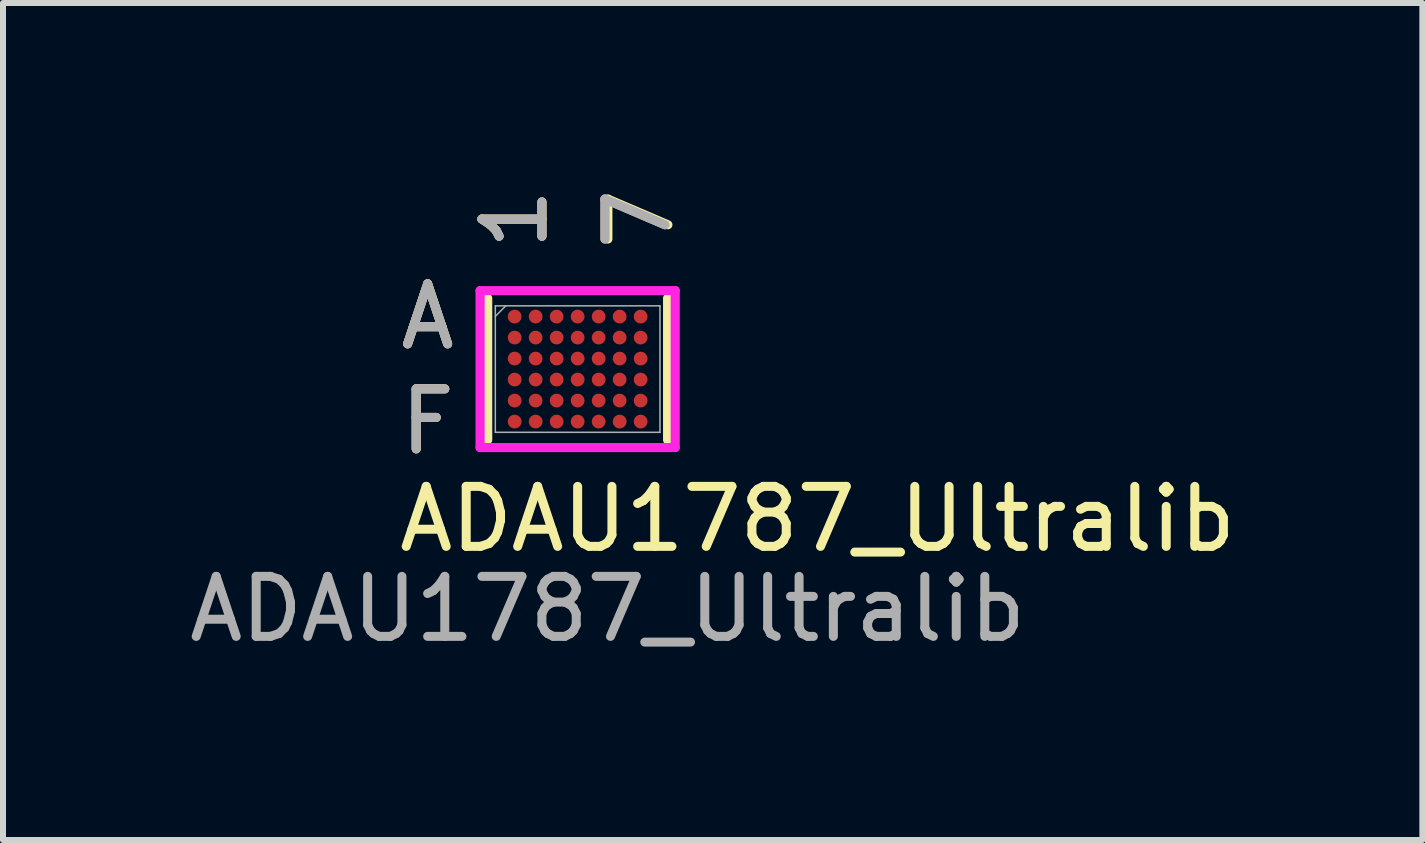
<source format=kicad_pcb>
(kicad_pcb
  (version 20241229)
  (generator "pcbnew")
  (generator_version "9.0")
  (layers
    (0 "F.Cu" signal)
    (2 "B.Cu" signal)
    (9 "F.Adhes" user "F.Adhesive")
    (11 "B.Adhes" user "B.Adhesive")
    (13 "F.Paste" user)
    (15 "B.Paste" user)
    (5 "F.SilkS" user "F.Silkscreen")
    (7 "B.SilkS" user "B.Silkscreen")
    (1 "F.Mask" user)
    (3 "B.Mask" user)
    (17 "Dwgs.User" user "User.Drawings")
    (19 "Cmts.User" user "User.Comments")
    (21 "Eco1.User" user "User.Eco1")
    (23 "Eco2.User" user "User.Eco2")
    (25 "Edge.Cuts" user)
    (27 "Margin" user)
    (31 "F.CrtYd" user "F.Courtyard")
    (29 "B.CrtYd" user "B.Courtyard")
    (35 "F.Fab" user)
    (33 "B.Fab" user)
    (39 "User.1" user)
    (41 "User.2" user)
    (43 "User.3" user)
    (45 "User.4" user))
  (footprint "ADAU1787_Ultralib"
    (layer "F.Cu")
    (at 6.577 3.101)
    (property "Reference" "ADAU1787_Ultralib" (at 4 2.5 0) (unlocked yes) (layer "F.SilkS") (effects (font (size 1 1) (thickness 0.15))))
    (attr smd)
    (fp_line (start -1.499 -1.181) (end -1.499 1.181) (stroke (width 0.152) (type solid)) (layer "F.SilkS"))
    (fp_line (start 1.499 1.181) (end 1.499 -1.181) (stroke (width 0.152) (type solid)) (layer "F.SilkS"))
    (fp_poly (pts (xy -1.669 -1.494) (xy 1.669 -1.494) (xy 1.669 1.494) (xy -1.669 1.494)) (stroke (width 0.1) (type solid)) (fill no) (layer "Eco2.User"))
    (fp_line (start -1.626 -1.308) (end 1.626 -1.308) (stroke (width 0.152) (type solid)) (layer "F.CrtYd"))
    (fp_line (start -1.626 1.308) (end -1.626 -1.308) (stroke (width 0.152) (type solid)) (layer "F.CrtYd"))
    (fp_line (start 1.626 -1.308) (end 1.626 1.308) (stroke (width 0.152) (type solid)) (layer "F.CrtYd"))
    (fp_line (start 1.626 1.308) (end -1.626 1.308) (stroke (width 0.152) (type solid)) (layer "F.CrtYd"))
    (fp_line (start -1.372 -1.054) (end -1.372 1.054) (stroke (width 0.025) (type solid)) (layer "F.Fab"))
    (fp_line (start -1.372 1.054) (end 1.372 1.054) (stroke (width 0.025) (type solid)) (layer "F.Fab"))
    (fp_line (start -1.197 -1.054) (end -1.372 -0.879) (stroke (width 0.025) (type solid)) (layer "F.Fab"))
    (fp_line (start 1.372 -1.054) (end -1.372 -1.054) (stroke (width 0.025) (type solid)) (layer "F.Fab"))
    (fp_line (start 1.372 1.054) (end 1.372 -1.054) (stroke (width 0.025) (type solid)) (layer "F.Fab"))
    (fp_text user "A" (at -2.5 -0.875 0) (unlocked yes) (layer "F.SilkS") (effects (font (size 1 1) (thickness 0.15))))
    (fp_text user "7" (at 1.05 -2.5 90) (unlocked yes) (layer "F.SilkS") (effects (font (size 1 1) (thickness 0.15))))
    (fp_text user "F" (at -2.5 0.875 0) (unlocked yes) (layer "F.SilkS") (effects (font (size 1 1) (thickness 0.15))))
    (fp_text user "1" (at -1.05 -2.5 90) (unlocked yes) (layer "F.SilkS") (effects (font (size 1 1) (thickness 0.15))))
    (fp_text user "F" (at -2.5 0.875 0) (unlocked yes) (layer "B.SilkS") (effects (font (size 1 1) (thickness 0.15))))
    (fp_text user "A" (at -2.5 -0.875 0) (unlocked yes) (layer "B.SilkS") (effects (font (size 1 1) (thickness 0.15))))
    (fp_text user "1" (at -1.05 -2.5 90) (unlocked yes) (layer "B.SilkS") (effects (font (size 1 1) (thickness 0.15))))
    (fp_text user "7" (at 1 -2.5 90) (unlocked yes) (layer "B.SilkS") (effects (font (size 1 1) (thickness 0.15))))
    (fp_text user "F" (at -2.5 0.875 0) (unlocked yes) (layer "F.Fab") (effects (font (size 1 1) (thickness 0.15))))
    (fp_text user "7" (at 1 -2.5 90) (unlocked yes) (layer "F.Fab") (effects (font (size 1 1) (thickness 0.15))))
    (fp_text user "${REFERENCE}" (at 0.5 4 0) (unlocked yes) (layer "F.Fab") (effects (font (size 1 1) (thickness 0.15))))
    (fp_text user "1" (at -1.05 -2.5 90) (unlocked yes) (layer "F.Fab") (effects (font (size 1 1) (thickness 0.15))))
    (fp_text user "A" (at -2.5 -0.875 0) (unlocked yes) (layer "F.Fab") (effects (font (size 1 1) (thickness 0.15))))
    (pad "A1" smd circle (at -1.05 -0.875) (size 0.229 0.229) (layers "F.Cu" "F.Mask" "F.Paste"))
    (pad "A2" smd circle (at -0.7 -0.875) (size 0.229 0.229) (layers "F.Cu" "F.Mask" "F.Paste"))
    (pad "A3" smd circle (at -0.35 -0.875) (size 0.229 0.229) (layers "F.Cu" "F.Mask" "F.Paste"))
    (pad "A4" smd circle (at 0 -0.875) (size 0.229 0.229) (layers "F.Cu" "F.Mask" "F.Paste"))
    (pad "A5" smd circle (at 0.35 -0.875) (size 0.229 0.229) (layers "F.Cu" "F.Mask" "F.Paste"))
    (pad "A6" smd circle (at 0.7 -0.875) (size 0.229 0.229) (layers "F.Cu" "F.Mask" "F.Paste"))
    (pad "A7" smd circle (at 1.05 -0.875) (size 0.229 0.229) (layers "F.Cu" "F.Mask" "F.Paste"))
    (pad "B1" smd circle (at -1.05 -0.525) (size 0.229 0.229) (layers "F.Cu" "F.Mask" "F.Paste"))
    (pad "B2" smd circle (at -0.7 -0.525) (size 0.229 0.229) (layers "F.Cu" "F.Mask" "F.Paste"))
    (pad "B3" smd circle (at -0.35 -0.525) (size 0.229 0.229) (layers "F.Cu" "F.Mask" "F.Paste"))
    (pad "B4" smd circle (at 0 -0.525) (size 0.229 0.229) (layers "F.Cu" "F.Mask" "F.Paste"))
    (pad "B5" smd circle (at 0.35 -0.525) (size 0.229 0.229) (layers "F.Cu" "F.Mask" "F.Paste"))
    (pad "B6" smd circle (at 0.7 -0.525) (size 0.229 0.229) (layers "F.Cu" "F.Mask" "F.Paste"))
    (pad "B7" smd circle (at 1.05 -0.525) (size 0.229 0.229) (layers "F.Cu" "F.Mask" "F.Paste"))
    (pad "C1" smd circle (at -1.05 -0.175) (size 0.229 0.229) (layers "F.Cu" "F.Mask" "F.Paste"))
    (pad "C2" smd circle (at -0.7 -0.175) (size 0.229 0.229) (layers "F.Cu" "F.Mask" "F.Paste"))
    (pad "C3" smd circle (at -0.35 -0.175) (size 0.229 0.229) (layers "F.Cu" "F.Mask" "F.Paste"))
    (pad "C4" smd circle (at 0 -0.175) (size 0.229 0.229) (layers "F.Cu" "F.Mask" "F.Paste"))
    (pad "C5" smd circle (at 0.35 -0.175) (size 0.229 0.229) (layers "F.Cu" "F.Mask" "F.Paste"))
    (pad "C6" smd circle (at 0.7 -0.175) (size 0.229 0.229) (layers "F.Cu" "F.Mask" "F.Paste"))
    (pad "C7" smd circle (at 1.05 -0.175) (size 0.229 0.229) (layers "F.Cu" "F.Mask" "F.Paste"))
    (pad "D1" smd circle (at -1.05 0.175) (size 0.229 0.229) (layers "F.Cu" "F.Mask" "F.Paste"))
    (pad "D2" smd circle (at -0.7 0.175) (size 0.229 0.229) (layers "F.Cu" "F.Mask" "F.Paste"))
    (pad "D3" smd circle (at -0.35 0.175) (size 0.229 0.229) (layers "F.Cu" "F.Mask" "F.Paste"))
    (pad "D4" smd circle (at 0 0.175) (size 0.229 0.229) (layers "F.Cu" "F.Mask" "F.Paste"))
    (pad "D5" smd circle (at 0.35 0.175) (size 0.229 0.229) (layers "F.Cu" "F.Mask" "F.Paste"))
    (pad "D6" smd circle (at 0.7 0.175) (size 0.229 0.229) (layers "F.Cu" "F.Mask" "F.Paste"))
    (pad "D7" smd circle (at 1.05 0.175) (size 0.229 0.229) (layers "F.Cu" "F.Mask" "F.Paste"))
    (pad "E1" smd circle (at -1.05 0.525) (size 0.229 0.229) (layers "F.Cu" "F.Mask" "F.Paste"))
    (pad "E2" smd circle (at -0.7 0.525) (size 0.229 0.229) (layers "F.Cu" "F.Mask" "F.Paste"))
    (pad "E3" smd circle (at -0.35 0.525) (size 0.229 0.229) (layers "F.Cu" "F.Mask" "F.Paste"))
    (pad "E4" smd circle (at 0 0.525) (size 0.229 0.229) (layers "F.Cu" "F.Mask" "F.Paste"))
    (pad "E5" smd circle (at 0.35 0.525) (size 0.229 0.229) (layers "F.Cu" "F.Mask" "F.Paste"))
    (pad "E6" smd circle (at 0.7 0.525) (size 0.229 0.229) (layers "F.Cu" "F.Mask" "F.Paste"))
    (pad "E7" smd circle (at 1.05 0.525) (size 0.229 0.229) (layers "F.Cu" "F.Mask" "F.Paste"))
    (pad "F1" smd circle (at -1.05 0.875) (size 0.229 0.229) (layers "F.Cu" "F.Mask" "F.Paste"))
    (pad "F2" smd circle (at -0.7 0.875) (size 0.229 0.229) (layers "F.Cu" "F.Mask" "F.Paste"))
    (pad "F3" smd circle (at -0.35 0.875) (size 0.229 0.229) (layers "F.Cu" "F.Mask" "F.Paste"))
    (pad "F4" smd circle (at 0 0.875) (size 0.229 0.229) (layers "F.Cu" "F.Mask" "F.Paste"))
    (pad "F5" smd circle (at 0.35 0.875) (size 0.229 0.229) (layers "F.Cu" "F.Mask" "F.Paste"))
    (pad "F6" smd circle (at 0.7 0.875) (size 0.229 0.229) (layers "F.Cu" "F.Mask" "F.Paste"))
    (pad "F7" smd circle (at 1.05 0.875) (size 0.229 0.229) (layers "F.Cu" "F.Mask" "F.Paste")))
  (gr_rect
    (start -3 -3)
    (end 20.655 10.949)
    (stroke (width 0.1) (type default))
    (fill no)
    (layer "Edge.Cuts")))
</source>
